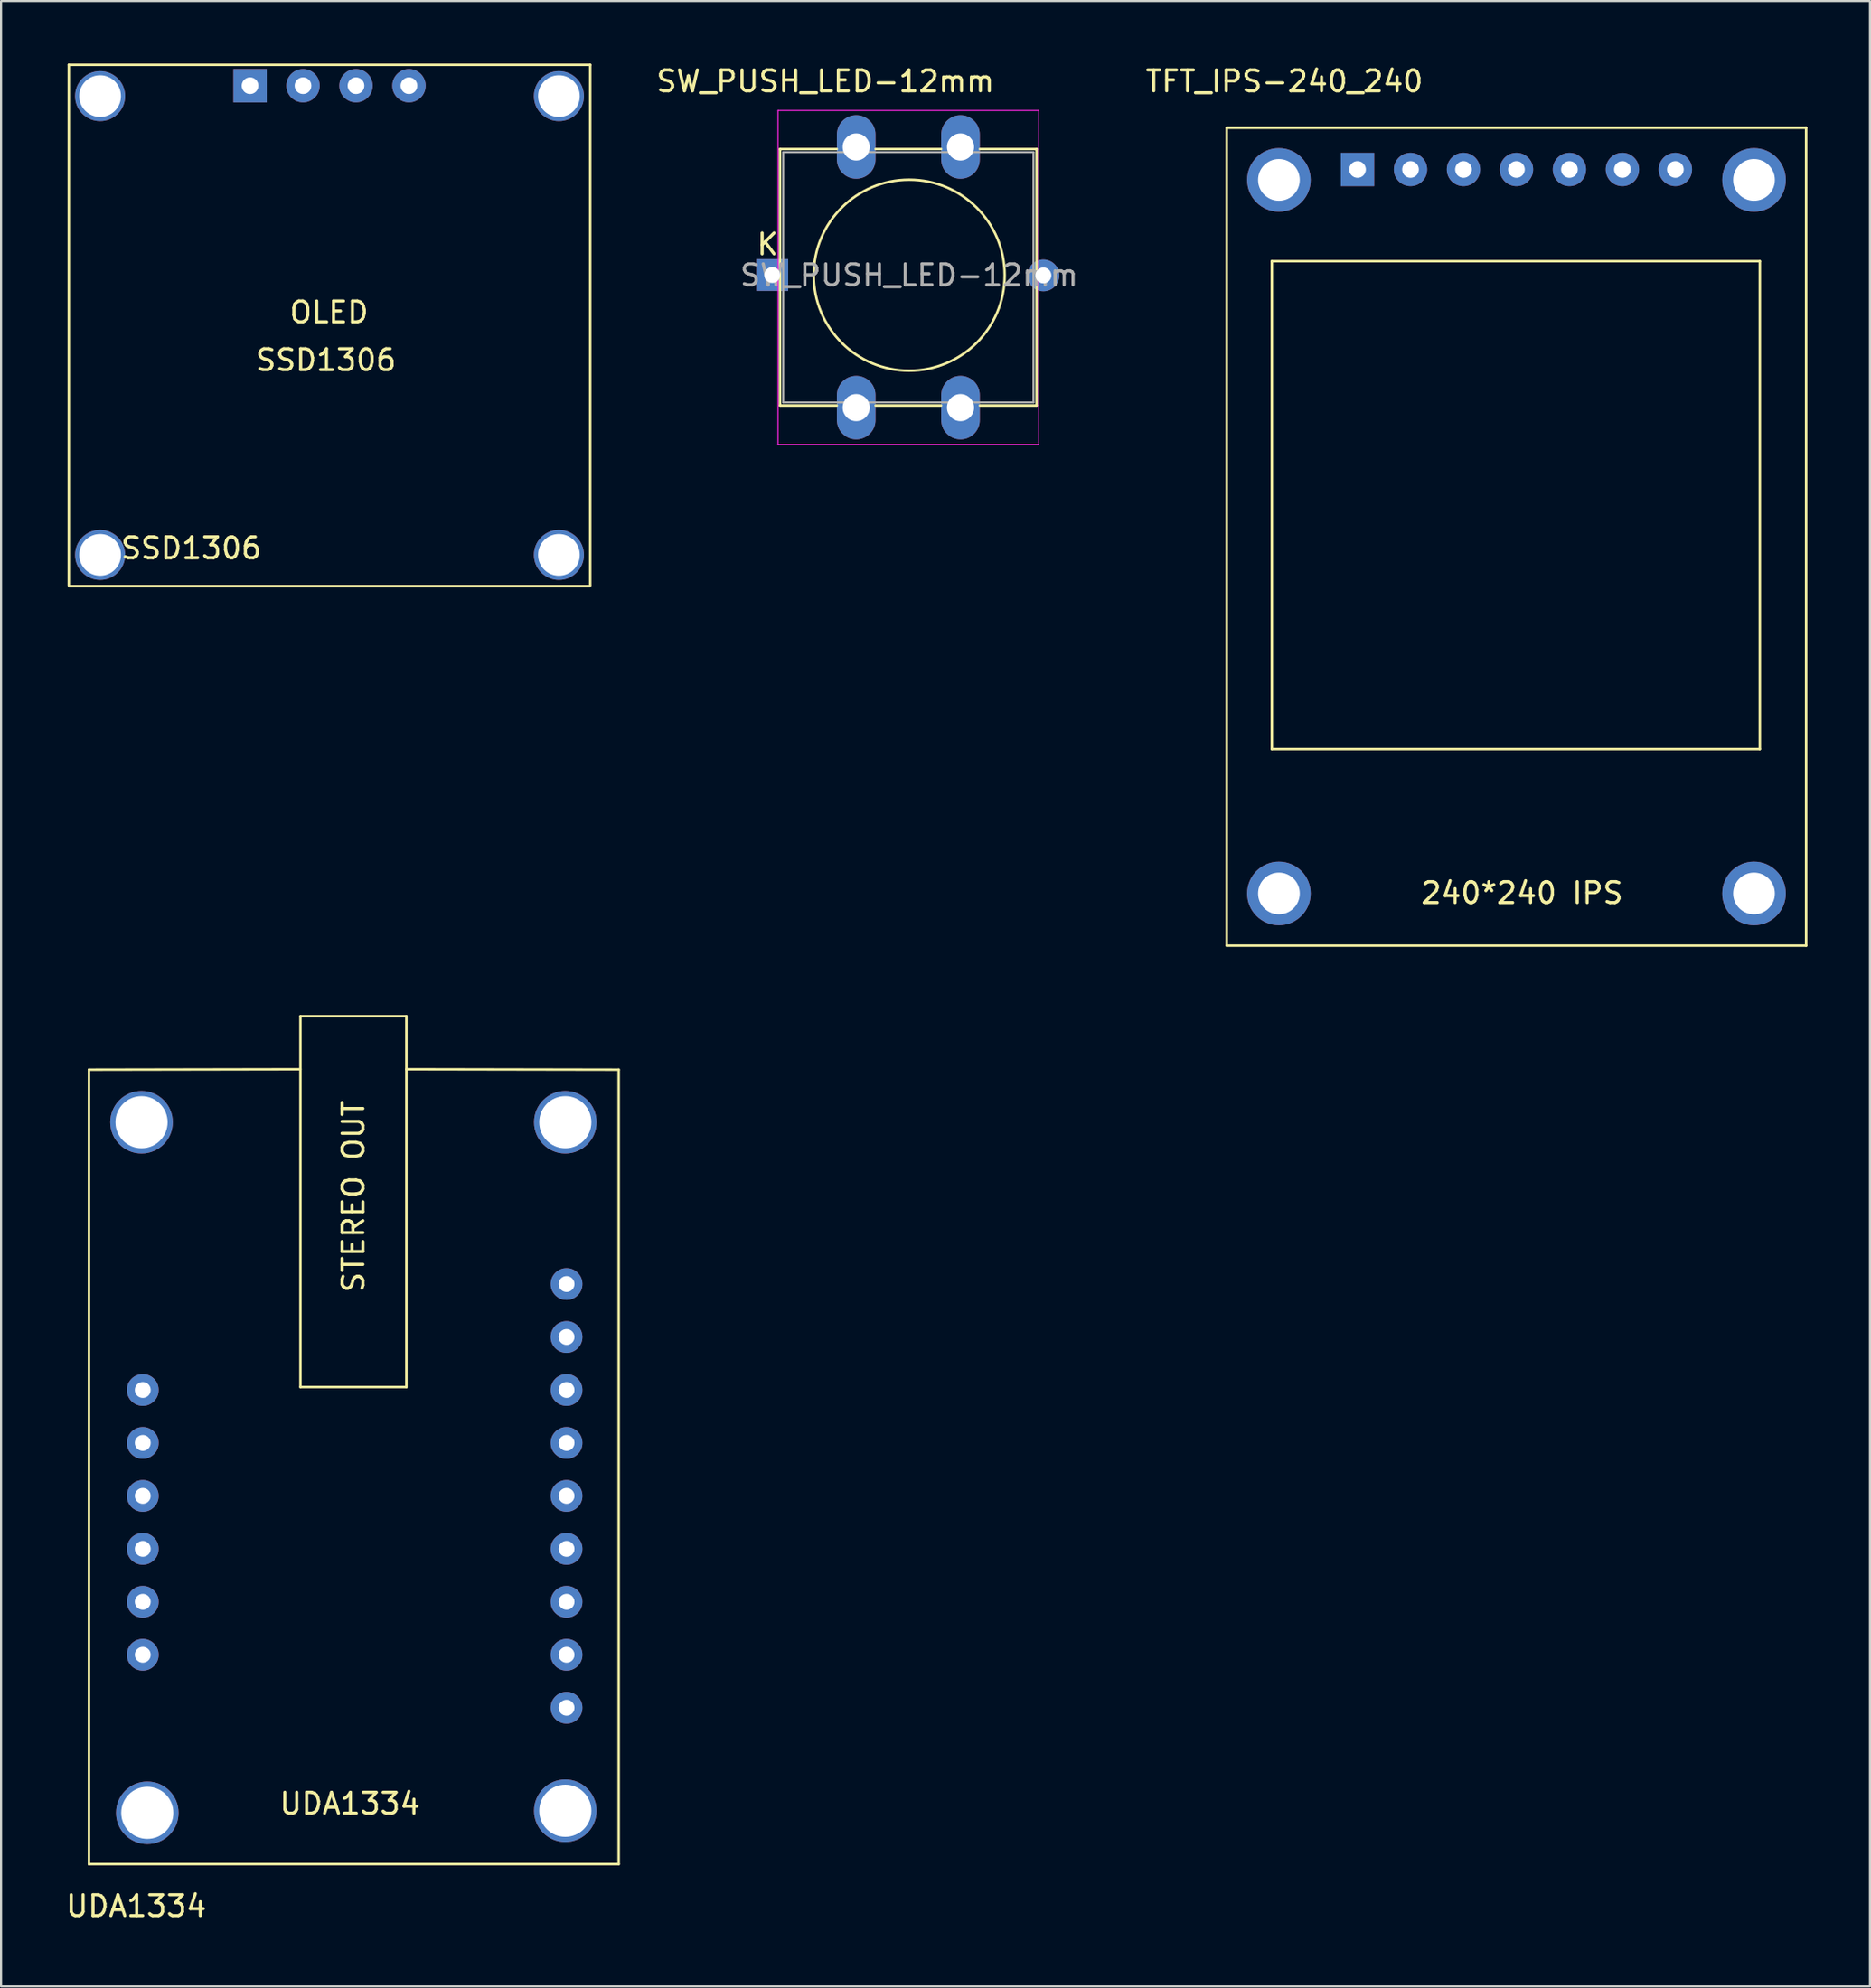
<source format=kicad_pcb>
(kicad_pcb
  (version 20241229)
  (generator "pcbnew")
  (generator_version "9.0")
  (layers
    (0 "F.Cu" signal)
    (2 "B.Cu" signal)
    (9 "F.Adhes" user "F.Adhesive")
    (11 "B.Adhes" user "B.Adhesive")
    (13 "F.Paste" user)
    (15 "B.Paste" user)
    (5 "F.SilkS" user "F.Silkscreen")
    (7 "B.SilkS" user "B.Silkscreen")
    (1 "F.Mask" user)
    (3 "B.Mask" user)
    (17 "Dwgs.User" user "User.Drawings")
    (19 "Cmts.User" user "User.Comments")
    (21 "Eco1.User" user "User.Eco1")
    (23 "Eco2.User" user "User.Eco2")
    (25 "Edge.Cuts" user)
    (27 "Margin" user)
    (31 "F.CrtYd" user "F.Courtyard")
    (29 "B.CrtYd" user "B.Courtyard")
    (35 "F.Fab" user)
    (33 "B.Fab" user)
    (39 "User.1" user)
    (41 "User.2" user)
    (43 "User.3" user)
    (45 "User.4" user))
  (footprint "TFT_IPS-240_240"
    (layer "F.Cu")
    (at 55.733 42.378)
    (property "Reference" "TFT_IPS-240_240" (at 2.8 -41.53 0) (layer "F.SilkS") (effects (font (size 1 1) (thickness 0.15))))
    (attr through_hole)
    (fp_line (start 0.04 -39.3) (end 27.82 -39.3) (stroke (width 0.12) (type solid)) (layer "F.SilkS"))
    (fp_line (start 0.04 -0.08) (end 0.04 -39.3) (stroke (width 0.12) (type solid)) (layer "F.SilkS"))
    (fp_line (start 2.2 -32.9) (end 25.6 -32.9) (stroke (width 0.12) (type solid)) (layer "F.SilkS"))
    (fp_line (start 2.2 -9.5) (end 2.2 -32.9) (stroke (width 0.12) (type solid)) (layer "F.SilkS"))
    (fp_line (start 25.6 -32.9) (end 25.6 -9.5) (stroke (width 0.12) (type solid)) (layer "F.SilkS"))
    (fp_line (start 25.6 -9.5) (end 2.2 -9.5) (stroke (width 0.12) (type solid)) (layer "F.SilkS"))
    (fp_line (start 27.82 -39.3) (end 27.82 -0.08) (stroke (width 0.12) (type solid)) (layer "F.SilkS"))
    (fp_line (start 27.82 -0.08) (end 0.04 -0.08) (stroke (width 0.12) (type solid)) (layer "F.SilkS"))
    (fp_text user "240*240 IPS" (at 14.2 -2.6 0) (layer "F.SilkS") (effects (font (size 1 1) (thickness 0.15))))
    (pad "" thru_hole circle (at 2.54 -36.8) (size 3.048 3.048) (drill 2) (layers "*.Cu" "*.Mask"))
    (pad "" thru_hole circle (at 2.54 -2.58) (size 3.048 3.048) (drill 2) (layers "*.Cu" "*.Mask"))
    (pad "" thru_hole circle (at 25.32 -36.8) (size 3.048 3.048) (drill 2) (layers "*.Cu" "*.Mask"))
    (pad "" thru_hole circle (at 25.32 -2.58) (size 3.048 3.048) (drill 2) (layers "*.Cu" "*.Mask"))
    (pad "1" thru_hole rect (at 6.31 -37.3) (size 1.6 1.6) (drill 0.8) (layers "*.Cu" "*.Mask"))
    (pad "2" thru_hole circle (at 8.85 -37.3) (size 1.6 1.6) (drill 0.8) (layers "*.Cu" "*.Mask"))
    (pad "3" thru_hole circle (at 11.39 -37.3) (size 1.6 1.6) (drill 0.8) (layers "*.Cu" "*.Mask"))
    (pad "4" thru_hole circle (at 13.93 -37.3) (size 1.6 1.6) (drill 0.8) (layers "*.Cu" "*.Mask"))
    (pad "5" thru_hole circle (at 16.47 -37.3) (size 1.6 1.6) (drill 0.8) (layers "*.Cu" "*.Mask"))
    (pad "6" thru_hole circle (at 19.01 -37.3) (size 1.6 1.6) (drill 0.8) (layers "*.Cu" "*.Mask"))
    (pad "7" thru_hole circle (at 21.55 -37.3) (size 1.6 1.6) (drill 0.8) (layers "*.Cu" "*.Mask")))
  (footprint "SSD1306"
    (layer "F.Cu")
    (at 0.25 25.06)
    (property "Reference" "SSD1306" (at 5.87 -1.82 0) (layer "F.SilkS") (effects (font (size 1 1) (thickness 0.15))))
    (attr through_hole)
    (fp_line (start 0 -25) (end 0 0) (stroke (width 0.12) (type solid)) (layer "F.SilkS"))
    (fp_line (start 0 0) (end 25 0) (stroke (width 0.12) (type solid)) (layer "F.SilkS"))
    (fp_line (start 25 -25) (end 0 -25) (stroke (width 0.12) (type solid)) (layer "F.SilkS"))
    (fp_line (start 25 0) (end 25 -25) (stroke (width 0.12) (type solid)) (layer "F.SilkS"))
    (fp_text user "SSD1306" (at 12.33 -10.84 0) (layer "F.SilkS") (effects (font (size 1 1) (thickness 0.15))))
    (fp_text user "OLED" (at 12.48 -13.13 0) (layer "F.SilkS") (effects (font (size 1 1) (thickness 0.15))))
    (pad "1" thru_hole rect (at 8.69 -24) (size 1.6 1.6) (drill 0.8) (layers "*.Cu" "*.Mask"))
    (pad "2" thru_hole circle (at 11.23 -24) (size 1.6 1.6) (drill 0.8) (layers "*.Cu" "*.Mask"))
    (pad "3" thru_hole circle (at 13.77 -24) (size 1.6 1.6) (drill 0.8) (layers "*.Cu" "*.Mask"))
    (pad "4" thru_hole circle (at 16.31 -24) (size 1.6 1.6) (drill 0.8) (layers "*.Cu" "*.Mask"))
    (pad "~" thru_hole circle (at 1.5 -23.5) (size 2.4 2.4) (drill 2) (layers "*.Cu" "*.Mask"))
    (pad "~" thru_hole circle (at 1.5 -1.5) (size 2.4 2.4) (drill 2) (layers "*.Cu" "*.Mask"))
    (pad "~" thru_hole circle (at 23.5 -23.5) (size 2.4 2.4) (drill 2) (layers "*.Cu" "*.Mask"))
    (pad "~" thru_hole circle (at 23.5 -1.5) (size 2.4 2.4) (drill 2) (layers "*.Cu" "*.Mask")))
  (footprint "UDA1334"
    (layer "F.Cu")
    (at 1.196 48.228)
    (property "Reference" "UDA1334" (at 2.286 40.132 0) (layer "F.SilkS") (effects (font (size 1 1) (thickness 0.15))))
    (attr through_hole)
    (fp_line (start 0.02 0.02) (end 0.02 38.12) (stroke (width 0.12) (type solid)) (layer "F.SilkS"))
    (fp_line (start 0.02 38.12) (end 25.42 38.12) (stroke (width 0.12) (type solid)) (layer "F.SilkS"))
    (fp_line (start 10.16 -2.54) (end 15.24 -2.54) (stroke (width 0.12) (type solid)) (layer "F.SilkS"))
    (fp_line (start 10.16 0) (end 0.02 0.02) (stroke (width 0.12) (type solid)) (layer "F.SilkS"))
    (fp_line (start 10.16 15.24) (end 10.16 -2.54) (stroke (width 0.12) (type solid)) (layer "F.SilkS"))
    (fp_line (start 15.24 -2.54) (end 15.24 15.24) (stroke (width 0.12) (type solid)) (layer "F.SilkS"))
    (fp_line (start 15.24 15.24) (end 10.16 15.24) (stroke (width 0.12) (type solid)) (layer "F.SilkS"))
    (fp_line (start 25.42 0.02) (end 15.24 0) (stroke (width 0.12) (type solid)) (layer "F.SilkS"))
    (fp_line (start 25.42 38.12) (end 25.42 0.02) (stroke (width 0.12) (type solid)) (layer "F.SilkS"))
    (fp_text user "STEREO OUT" (at 12.7 6.096 90) (layer "F.SilkS") (effects (font (size 1 1) (thickness 0.15))))
    (fp_text user "UDA1334" (at 12.53 35.22 0) (layer "F.SilkS") (effects (font (size 1 1) (thickness 0.15))))
    (pad "1" thru_hole circle (at 22.92 30.62) (size 1.524 1.524) (drill 0.762) (layers "*.Cu" "*.Mask"))
    (pad "2" thru_hole circle (at 22.92 28.08) (size 1.524 1.524) (drill 0.762) (layers "*.Cu" "*.Mask"))
    (pad "3" thru_hole circle (at 22.92 25.54) (size 1.524 1.524) (drill 0.762) (layers "*.Cu" "*.Mask"))
    (pad "4" thru_hole circle (at 22.92 23) (size 1.524 1.524) (drill 0.762) (layers "*.Cu" "*.Mask"))
    (pad "5" thru_hole circle (at 22.92 20.46) (size 1.524 1.524) (drill 0.762) (layers "*.Cu" "*.Mask"))
    (pad "6" thru_hole circle (at 22.92 17.92) (size 1.524 1.524) (drill 0.762) (layers "*.Cu" "*.Mask"))
    (pad "7" thru_hole circle (at 22.92 15.38) (size 1.524 1.524) (drill 0.762) (layers "*.Cu" "*.Mask"))
    (pad "8" thru_hole circle (at 22.92 12.84) (size 1.524 1.524) (drill 0.762) (layers "*.Cu" "*.Mask"))
    (pad "9" thru_hole circle (at 22.92 10.3) (size 1.524 1.524) (drill 0.762) (layers "*.Cu" "*.Mask"))
    (pad "10" thru_hole circle (at 2.6 15.38) (size 1.524 1.524) (drill 0.762) (layers "*.Cu" "*.Mask"))
    (pad "11" thru_hole circle (at 2.6 17.92) (size 1.524 1.524) (drill 0.762) (layers "*.Cu" "*.Mask"))
    (pad "12" thru_hole circle (at 2.6 20.46) (size 1.524 1.524) (drill 0.762) (layers "*.Cu" "*.Mask"))
    (pad "13" thru_hole circle (at 2.6 23) (size 1.524 1.524) (drill 0.762) (layers "*.Cu" "*.Mask"))
    (pad "14" thru_hole circle (at 2.6 25.54) (size 1.524 1.524) (drill 0.762) (layers "*.Cu" "*.Mask"))
    (pad "15" thru_hole circle (at 2.6 28.08) (size 1.524 1.524) (drill 0.762) (layers "*.Cu" "*.Mask"))
    (pad "~" thru_hole circle (at 2.54 2.54) (size 3 3) (drill 2.5) (layers "*.Cu" "*.Mask"))
    (pad "~" thru_hole circle (at 2.817 35.659) (size 3 3) (drill 2.5) (layers "*.Cu" "*.Mask"))
    (pad "~" thru_hole circle (at 22.86 2.54) (size 3 3) (drill 2.5) (layers "*.Cu" "*.Mask"))
    (pad "~" thru_hole circle (at 22.86 35.56) (size 3 3) (drill 2.5) (layers "*.Cu" "*.Mask")))
  (footprint "SW_PUSH_LED-12mm"
    (layer "F.Cu")
    (at 34.255 18.268)
    (property "Reference" "SW_PUSH_LED-12mm" (at 2.275 -17.42 180) (layer "F.SilkS") (effects (font (size 1 1) (thickness 0.15))))
    (attr through_hole)
    (fp_line (start 0.1 -14.17) (end 2.82 -14.17) (stroke (width 0.12) (type solid)) (layer "F.SilkS"))
    (fp_line (start 0.1 -1.87) (end 0.1 -14.17) (stroke (width 0.12) (type solid)) (layer "F.SilkS"))
    (fp_line (start 2.82 -1.87) (end 0.1 -1.87) (stroke (width 0.12) (type solid)) (layer "F.SilkS"))
    (fp_line (start 4.68 -14.17) (end 7.82 -14.17) (stroke (width 0.12) (type solid)) (layer "F.SilkS"))
    (fp_line (start 7.82 -1.87) (end 4.68 -1.87) (stroke (width 0.12) (type solid)) (layer "F.SilkS"))
    (fp_line (start 9.68 -14.17) (end 12.4 -14.17) (stroke (width 0.12) (type solid)) (layer "F.SilkS"))
    (fp_line (start 12.4 -14.17) (end 12.4 -1.87) (stroke (width 0.12) (type solid)) (layer "F.SilkS"))
    (fp_line (start 12.4 -1.87) (end 9.68 -1.87) (stroke (width 0.12) (type solid)) (layer "F.SilkS"))
    (fp_circle (center 6.29 -8.12) (end 8.83 -11.93) (stroke (width 0.12) (type solid)) (fill no) (layer "F.SilkS"))
    (fp_line (start 0 0) (end 0 -16.02) (stroke (width 0.05) (type solid)) (layer "F.CrtYd"))
    (fp_line (start 0 0) (end 12.5 0) (stroke (width 0.05) (type solid)) (layer "F.CrtYd"))
    (fp_line (start 12.5 -16.02) (end 0 -16.02) (stroke (width 0.05) (type solid)) (layer "F.CrtYd"))
    (fp_line (start 12.5 -16.02) (end 12.5 0) (stroke (width 0.05) (type solid)) (layer "F.CrtYd"))
    (fp_line (start 0.25 -14.02) (end 12.25 -14.02) (stroke (width 0.1) (type solid)) (layer "F.Fab"))
    (fp_line (start 0.25 -2.02) (end 0.25 -14.02) (stroke (width 0.1) (type solid)) (layer "F.Fab"))
    (fp_line (start 0.25 -2.02) (end 12.25 -2.02) (stroke (width 0.1) (type solid)) (layer "F.Fab"))
    (fp_line (start 12.25 -2.02) (end 12.25 -14.02) (stroke (width 0.1) (type solid)) (layer "F.Fab"))
    (fp_text user "K" (at -0.5 -9.6 0) (layer "F.SilkS") (effects (font (size 1 1) (thickness 0.15))))
    (fp_text user "${REFERENCE}" (at 6.29 -8.12 180) (layer "F.Fab") (effects (font (size 1 1) (thickness 0.15))))
    (pad "1" thru_hole oval (at 3.75 -14.27 90) (size 3.048 1.85) (drill 1.3) (layers "*.Cu" "*.Mask"))
    (pad "1" thru_hole oval (at 3.75 -1.77 90) (size 3.048 1.85) (drill 1.3) (layers "*.Cu" "*.Mask"))
    (pad "2" thru_hole oval (at 8.75 -14.27 90) (size 3.048 1.85) (drill 1.3) (layers "*.Cu" "*.Mask"))
    (pad "2" thru_hole oval (at 8.75 -1.77 90) (size 3.048 1.85) (drill 1.3) (layers "*.Cu" "*.Mask"))
    (pad "3" thru_hole rect (at -0.275 -8.13 90) (size 1.524 1.524) (drill 0.762) (layers "*.Cu" "*.Mask"))
    (pad "4" thru_hole circle (at 12.725 -8.11 90) (size 1.524 1.524) (drill 0.762) (layers "*.Cu" "*.Mask")))
  (gr_rect
    (start -3 -3)
    (end 86.613 92.209)
    (stroke (width 0.1) (type default))
    (fill no)
    (layer "Edge.Cuts")))
</source>
